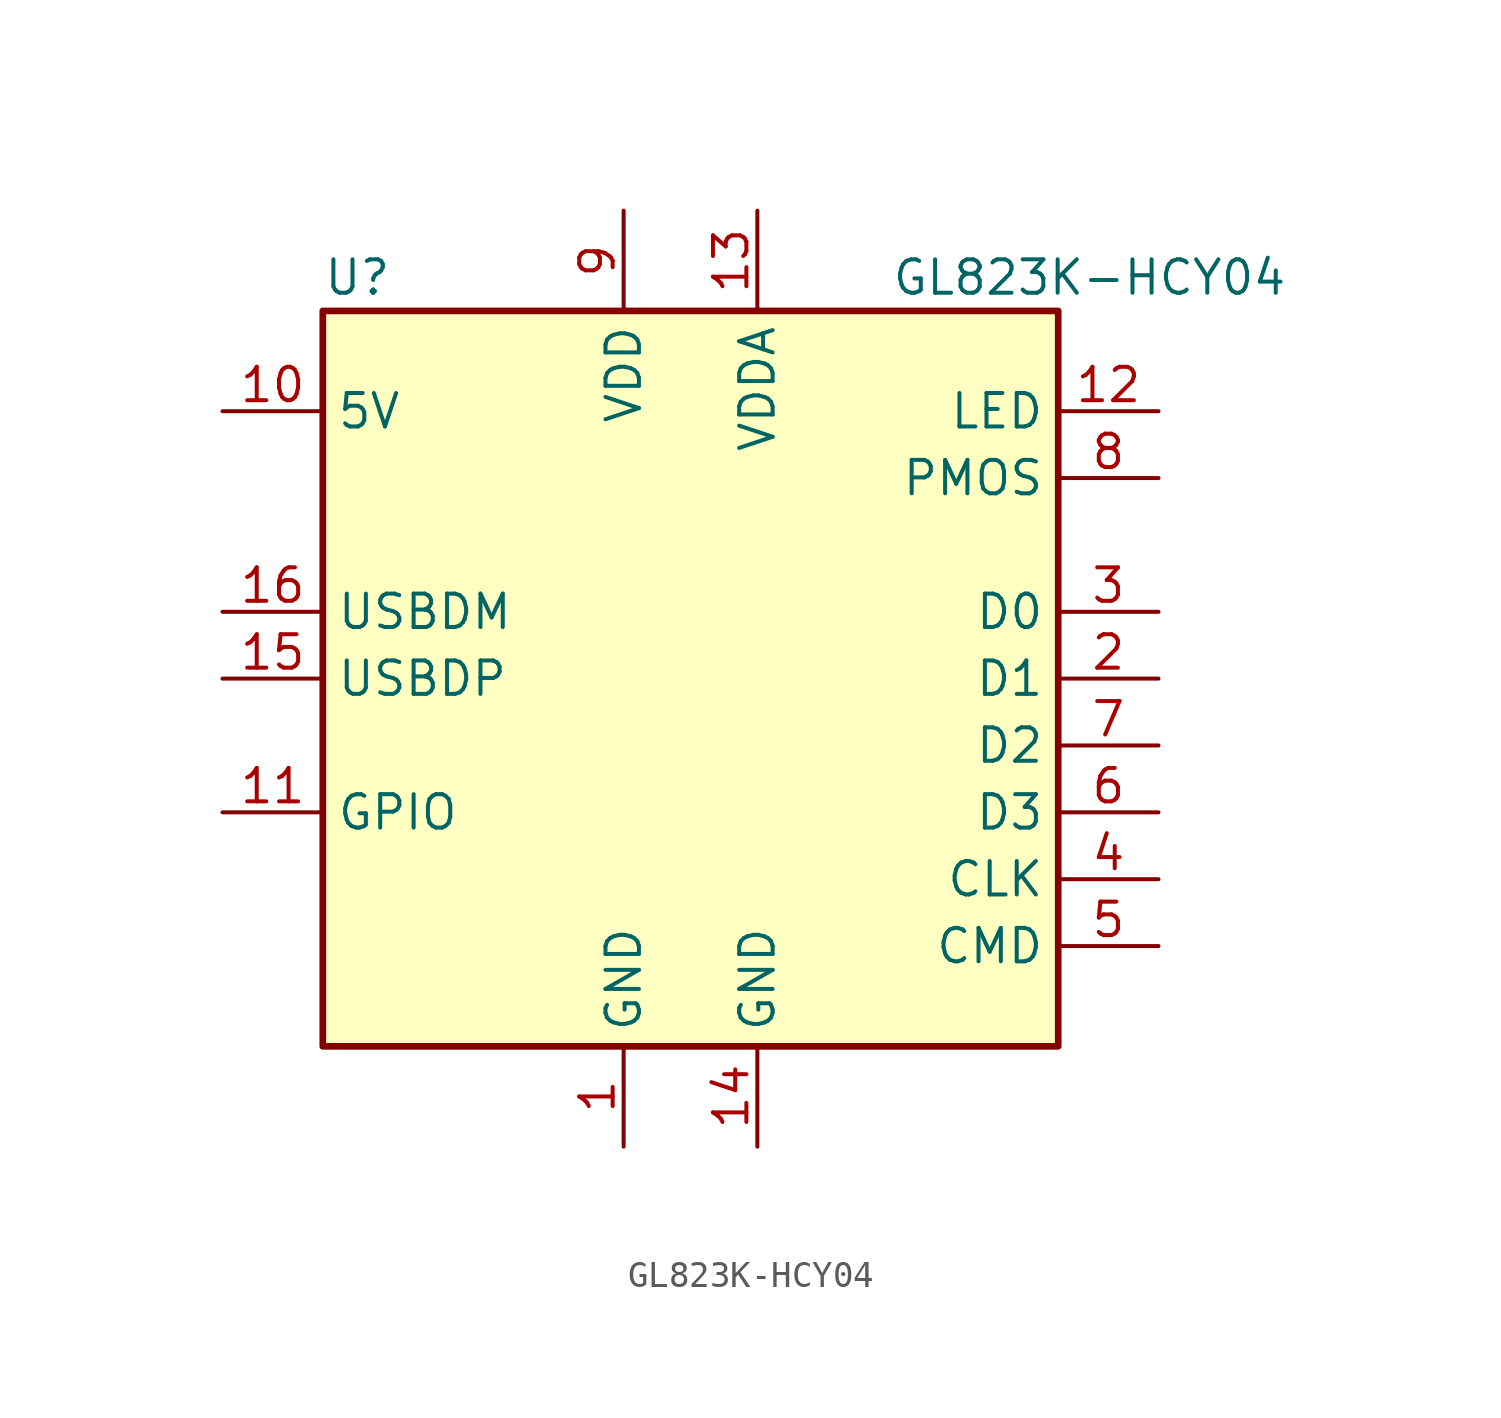
<source format=kicad_sym>
(kicad_symbol_lib
  (version 20231120)
  (generator "kicad_symbol_editor")
  (generator_version "8.0")
  (symbol "GL823K-HCY04"
    (property "Reference" "U"
      (at -13.97 15.24 0)
      (effects (font (size 1.27 1.27)) (justify left)))
    (property "Value" "GL823K-HCY04"
      (at 7.62 15.24 0)
      (effects (font (size 1.27 1.27)) (justify left)))
    (symbol "GL823K-HCY04_0_1"
      (rectangle (start -13.97 13.97) (end 13.97 -13.97) (stroke (width 0.254) (type default)) (fill (type background))))
    (symbol "GL823K-HCY04_1_1"
      (pin power_in line (at -2.54 -17.78 90) (length 3.81) (name "GND" (effects (font (size 1.27 1.27)))) (number "1" (effects (font (size 1.27 1.27)))))
      (pin passive line (at -17.78 10.16 0) (length 3.81) (name "5V" (effects (font (size 1.27 1.27)))) (number "10" (effects (font (size 1.27 1.27)))))
      (pin bidirectional line (at -17.78 -5.08 0) (length 3.81) (name "GPIO" (effects (font (size 1.27 1.27)))) (number "11" (effects (font (size 1.27 1.27)))))
      (pin input line (at 17.78 10.16 180) (length 3.81) (name "LED" (effects (font (size 1.27 1.27)))) (number "12" (effects (font (size 1.27 1.27)))))
      (pin power_out line (at 2.54 17.78 270) (length 3.81) (name "VDDA" (effects (font (size 1.27 1.27)))) (number "13" (effects (font (size 1.27 1.27)))))
      (pin power_in line (at 2.54 -17.78 90) (length 3.81) (name "GND" (effects (font (size 1.27 1.27)))) (number "14" (effects (font (size 1.27 1.27)))))
      (pin bidirectional line (at -17.78 0 0) (length 3.81) (name "USBDP" (effects (font (size 1.27 1.27)))) (number "15" (effects (font (size 1.27 1.27)))))
      (pin bidirectional line (at -17.78 2.54 0) (length 3.81) (name "USBDM" (effects (font (size 1.27 1.27)))) (number "16" (effects (font (size 1.27 1.27)))))
      (pin bidirectional line (at 17.78 0 180) (length 3.81) (name "D1" (effects (font (size 1.27 1.27)))) (number "2" (effects (font (size 1.27 1.27)))))
      (pin bidirectional line (at 17.78 2.54 180) (length 3.81) (name "D0" (effects (font (size 1.27 1.27)))) (number "3" (effects (font (size 1.27 1.27)))))
      (pin bidirectional line (at 17.78 -7.62 180) (length 3.81) (name "CLK" (effects (font (size 1.27 1.27)))) (number "4" (effects (font (size 1.27 1.27)))))
      (pin bidirectional line (at 17.78 -10.16 180) (length 3.81) (name "CMD" (effects (font (size 1.27 1.27)))) (number "5" (effects (font (size 1.27 1.27)))))
      (pin bidirectional line (at 17.78 -5.08 180) (length 3.81) (name "D3" (effects (font (size 1.27 1.27)))) (number "6" (effects (font (size 1.27 1.27)))))
      (pin bidirectional line (at 17.78 -2.54 180) (length 3.81) (name "D2" (effects (font (size 1.27 1.27)))) (number "7" (effects (font (size 1.27 1.27)))))
      (pin bidirectional line (at 17.78 7.62 180) (length 3.81) (name "PMOS" (effects (font (size 1.27 1.27)))) (number "8" (effects (font (size 1.27 1.27)))))
      (pin power_in line (at -2.54 17.78 270) (length 3.81) (name "VDD" (effects (font (size 1.27 1.27)))) (number "9" (effects (font (size 1.27 1.27))))))))
</source>
